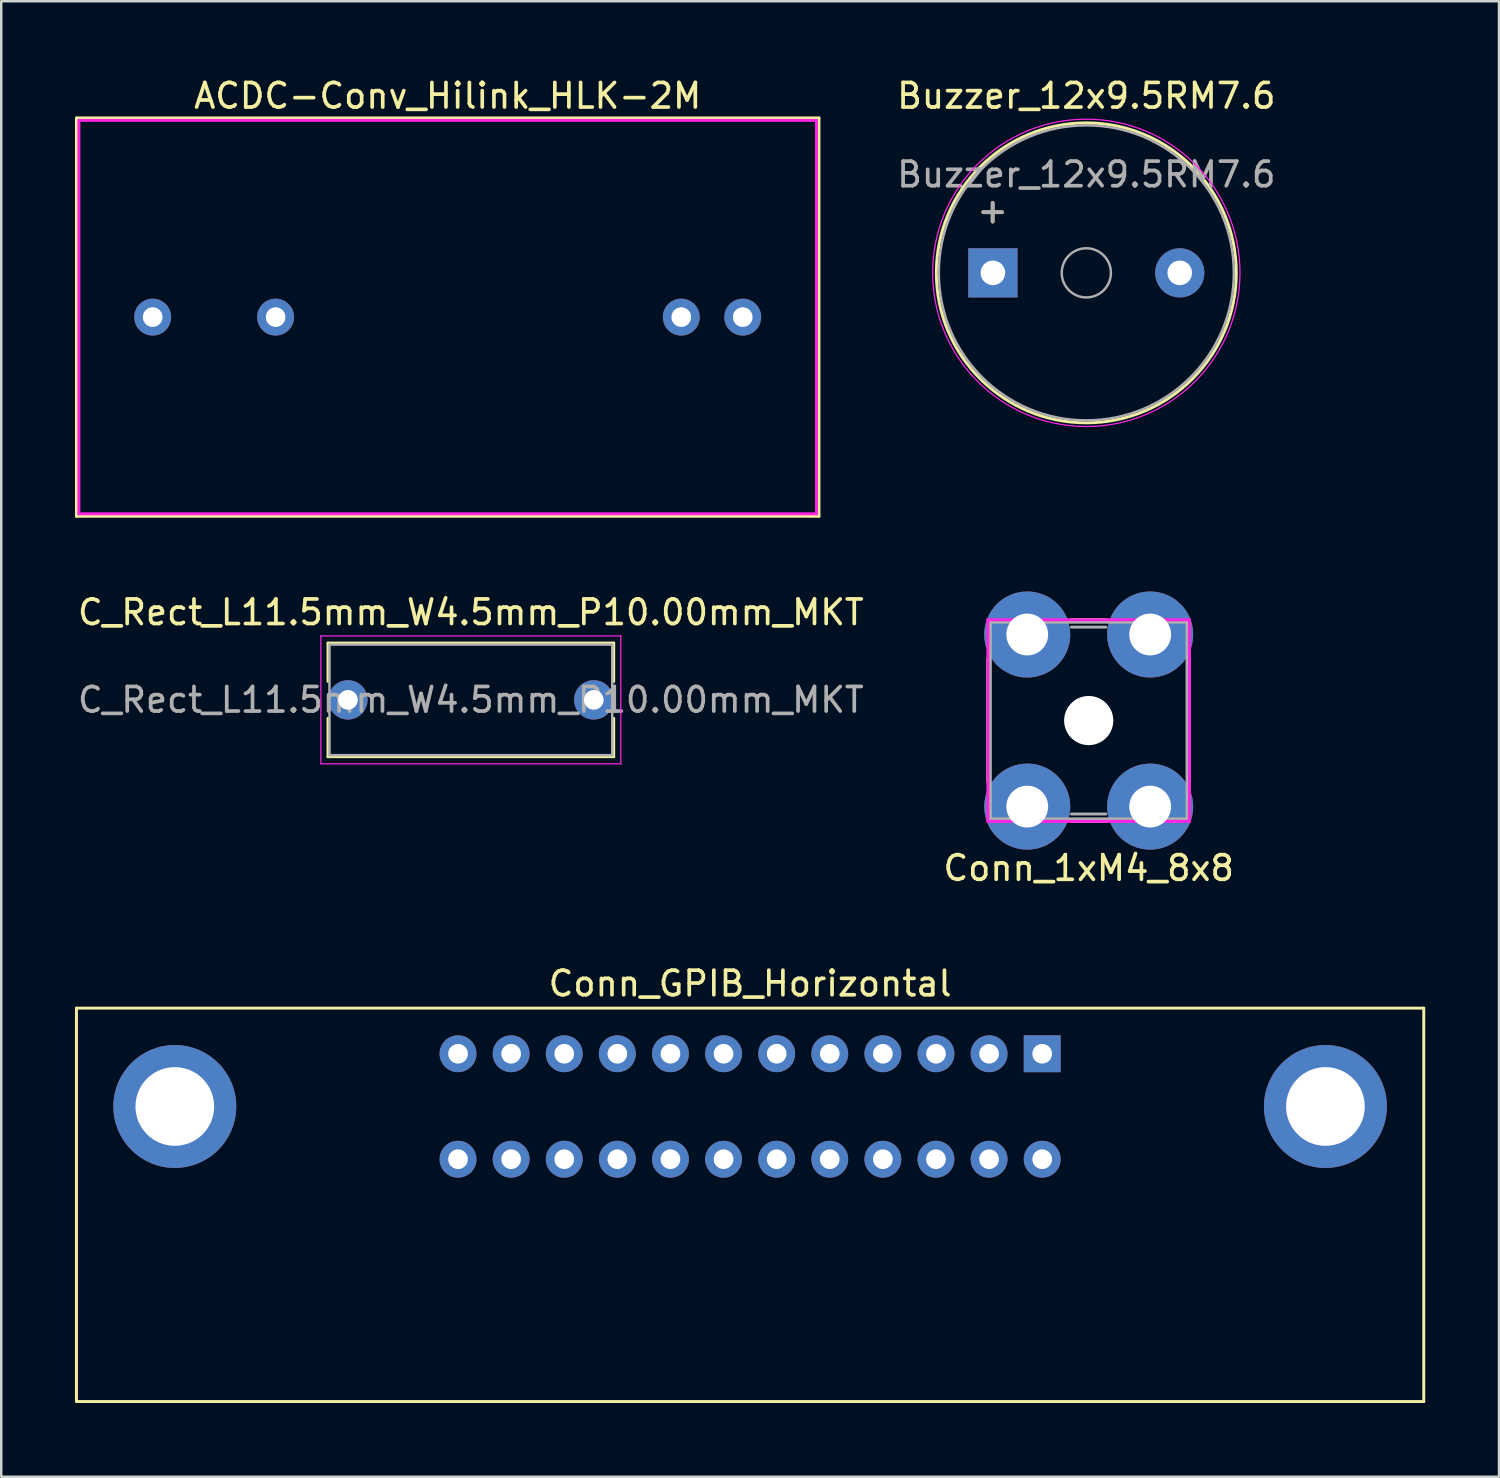
<source format=kicad_pcb>
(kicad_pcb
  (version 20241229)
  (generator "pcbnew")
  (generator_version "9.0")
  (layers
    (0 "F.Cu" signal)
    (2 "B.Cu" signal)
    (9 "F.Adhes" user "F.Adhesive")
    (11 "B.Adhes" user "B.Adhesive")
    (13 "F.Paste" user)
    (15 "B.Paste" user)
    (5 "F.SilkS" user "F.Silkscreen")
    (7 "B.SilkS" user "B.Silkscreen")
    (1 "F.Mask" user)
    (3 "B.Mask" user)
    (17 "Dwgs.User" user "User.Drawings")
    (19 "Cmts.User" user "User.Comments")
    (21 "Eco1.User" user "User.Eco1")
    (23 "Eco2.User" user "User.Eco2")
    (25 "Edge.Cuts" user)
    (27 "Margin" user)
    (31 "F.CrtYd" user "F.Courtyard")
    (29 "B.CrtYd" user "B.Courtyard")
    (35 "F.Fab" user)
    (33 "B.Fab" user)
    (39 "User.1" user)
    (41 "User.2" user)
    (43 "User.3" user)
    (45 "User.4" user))
  (footprint "Conn_1xM4_8x8"
    (layer "F.Cu")
    (at 41.232 26.258)
    (property "Reference" "Conn_1xM4_8x8" (at 0 6 0) (layer "F.SilkS") (effects (font (size 1 1) (thickness 0.15))))
    (attr through_hole)
    (fp_line (start -4.1 2.5) (end -4.1 -2.5) (stroke (width 0.12) (type solid)) (layer "F.SilkS"))
    (fp_line (start -0.7 -4.1) (end 0.7 -4.1) (stroke (width 0.12) (type solid)) (layer "F.SilkS"))
    (fp_line (start -0.7 4.1) (end 0.7 4.1) (stroke (width 0.12) (type solid)) (layer "F.SilkS"))
    (fp_line (start 4.1 -2.5) (end 4.1 2.5) (stroke (width 0.12) (type solid)) (layer "F.SilkS"))
    (fp_line (start -4.1 -4.1) (end 4.1 -4.1) (stroke (width 0.12) (type solid)) (layer "F.CrtYd"))
    (fp_line (start -4.1 4.1) (end -4.1 -4.1) (stroke (width 0.12) (type solid)) (layer "F.CrtYd"))
    (fp_line (start 4.1 -4.1) (end 4.1 4.1) (stroke (width 0.12) (type solid)) (layer "F.CrtYd"))
    (fp_line (start 4.1 4.1) (end -4.1 4.1) (stroke (width 0.12) (type solid)) (layer "F.CrtYd"))
    (fp_line (start -4 -4) (end 4 -4) (stroke (width 0.12) (type solid)) (layer "F.Fab"))
    (fp_line (start -4 4) (end -4 -4) (stroke (width 0.12) (type solid)) (layer "F.Fab"))
    (fp_line (start -0.7 -3.8) (end 0.7 -3.8) (stroke (width 0.12) (type solid)) (layer "F.Fab"))
    (fp_line (start -0.7 3.8) (end 0.7 3.8) (stroke (width 0.12) (type solid)) (layer "F.Fab"))
    (fp_line (start 4 -4) (end 4 4) (stroke (width 0.12) (type solid)) (layer "F.Fab"))
    (fp_line (start 4 4) (end -4 4) (stroke (width 0.12) (type solid)) (layer "F.Fab"))
    (pad "" np_thru_hole circle (at 0 0) (size 2 2) (drill 2) (layers "*.Cu" "*.Mask"))
    (pad "1" thru_hole circle (at -2.5 -3.5) (size 3.5 3.5) (drill 1.7) (layers "*.Cu" "*.Mask"))
    (pad "1" thru_hole circle (at -2.5 3.5) (size 3.5 3.5) (drill 1.7) (layers "*.Cu" "*.Mask"))
    (pad "1" thru_hole circle (at 2.5 -3.5) (size 3.5 3.5) (drill 1.7) (layers "*.Cu" "*.Mask"))
    (pad "1" thru_hole circle (at 2.5 3.5) (size 3.5 3.5) (drill 1.7) (layers "*.Cu" "*.Mask")))
  (footprint "ACDC-Conv_Hilink_HLK-2M"
    (layer "F.Cu")
    (at 15.16 9.848)
    (property "Reference" "ACDC-Conv_Hilink_HLK-2M" (at 0 -9 0) (layer "F.SilkS") (effects (font (size 1 1) (thickness 0.15))))
    (attr through_hole)
    (fp_line (start -15.1 -8.1) (end 15.1 -8.1) (stroke (width 0.12) (type solid)) (layer "F.SilkS"))
    (fp_line (start -15.1 8.1) (end -15.1 -8.1) (stroke (width 0.12) (type solid)) (layer "F.SilkS"))
    (fp_line (start 15.1 -8.1) (end 15.1 8.1) (stroke (width 0.12) (type solid)) (layer "F.SilkS"))
    (fp_line (start 15.1 8.1) (end -15.1 8.1) (stroke (width 0.12) (type solid)) (layer "F.SilkS"))
    (fp_line (start -15 -8) (end -15 8) (stroke (width 0.12) (type solid)) (layer "F.CrtYd"))
    (fp_line (start -15 -8) (end 15 -8) (stroke (width 0.12) (type solid)) (layer "F.CrtYd"))
    (fp_line (start 15 -8) (end 15 8) (stroke (width 0.12) (type solid)) (layer "F.CrtYd"))
    (fp_line (start 15 8) (end -15 8) (stroke (width 0.12) (type solid)) (layer "F.CrtYd"))
    (pad "1" thru_hole circle (at -12 0) (size 1.5 1.5) (drill 0.8) (layers "*.Cu" "*.Mask"))
    (pad "2" thru_hole circle (at -7 0) (size 1.5 1.5) (drill 0.8) (layers "*.Cu" "*.Mask"))
    (pad "3" thru_hole circle (at 9.5 0) (size 1.5 1.5) (drill 0.8) (layers "*.Cu" "*.Mask"))
    (pad "4" thru_hole circle (at 12 0) (size 1.5 1.5) (drill 0.8) (layers "*.Cu" "*.Mask")))
  (footprint "Buzzer_12x9.5RM7.6"
    (layer "F.Cu")
    (at 37.335 8.048)
    (property "Reference" "Buzzer_12x9.5RM7.6" (at 3.8 -7.2 0) (layer "F.SilkS") (effects (font (size 1 1) (thickness 0.15))))
    (attr through_hole)
    (fp_circle (center 3.8 0) (end 9.9 0) (stroke (width 0.12) (type solid)) (fill no) (layer "F.SilkS"))
    (fp_circle (center 3.8 0) (end 10.05 0) (stroke (width 0.05) (type solid)) (fill no) (layer "F.CrtYd"))
    (fp_circle (center 3.8 0) (end 4.8 0) (stroke (width 0.1) (type solid)) (fill no) (layer "F.Fab"))
    (fp_circle (center 3.8 0) (end 9.8 0) (stroke (width 0.1) (type solid)) (fill no) (layer "F.Fab"))
    (fp_text user "+" (at -0.01 -2.54 0) (layer "F.SilkS") (effects (font (size 1 1) (thickness 0.15))))
    (fp_text user "+" (at -0.01 -2.54 0) (layer "F.Fab") (effects (font (size 1 1) (thickness 0.15))))
    (fp_text user "${REFERENCE}" (at 3.8 -4 0) (layer "F.Fab") (effects (font (size 1 1) (thickness 0.15))))
    (pad "1" thru_hole rect (at 0 0) (size 2 2) (drill 1) (layers "*.Cu" "*.Mask"))
    (pad "2" thru_hole circle (at 7.6 0) (size 2 2) (drill 1) (layers "*.Cu" "*.Mask")))
  (footprint "Conn_GPIB_Horizontal"
    (layer "F.Cu")
    (at 27.46 41.955)
    (property "Reference" "Conn_GPIB_Horizontal" (at 0 -5 0) (layer "F.SilkS") (effects (font (size 1 1) (thickness 0.15))))
    (attr through_hole)
    (fp_line (start -27.4 -4) (end -27.4 12) (stroke (width 0.12) (type solid)) (layer "F.SilkS"))
    (fp_line (start -27.4 -4) (end 27.4 -4) (stroke (width 0.12) (type solid)) (layer "F.SilkS"))
    (fp_line (start -27.4 12) (end 27.4 12) (stroke (width 0.12) (type solid)) (layer "F.SilkS"))
    (fp_line (start 27.4 -4) (end 27.4 12) (stroke (width 0.12) (type solid)) (layer "F.SilkS"))
    (pad "1" thru_hole rect (at 11.88 -2.145) (size 1.5 1.5) (drill 0.8) (layers "*.Cu" "*.Mask"))
    (pad "2" thru_hole circle (at 9.72 -2.145) (size 1.5 1.5) (drill 0.8) (layers "*.Cu" "*.Mask"))
    (pad "3" thru_hole circle (at 7.56 -2.145) (size 1.5 1.5) (drill 0.8) (layers "*.Cu" "*.Mask"))
    (pad "4" thru_hole circle (at 5.4 -2.145) (size 1.5 1.5) (drill 0.8) (layers "*.Cu" "*.Mask"))
    (pad "5" thru_hole circle (at 3.24 -2.145) (size 1.5 1.5) (drill 0.8) (layers "*.Cu" "*.Mask"))
    (pad "6" thru_hole circle (at 1.08 -2.145) (size 1.5 1.5) (drill 0.8) (layers "*.Cu" "*.Mask"))
    (pad "7" thru_hole circle (at -1.08 -2.145) (size 1.5 1.5) (drill 0.8) (layers "*.Cu" "*.Mask"))
    (pad "8" thru_hole circle (at -3.24 -2.145) (size 1.5 1.5) (drill 0.8) (layers "*.Cu" "*.Mask"))
    (pad "9" thru_hole circle (at -5.4 -2.145) (size 1.5 1.5) (drill 0.8) (layers "*.Cu" "*.Mask"))
    (pad "10" thru_hole circle (at -7.56 -2.145) (size 1.5 1.5) (drill 0.8) (layers "*.Cu" "*.Mask"))
    (pad "11" thru_hole circle (at -9.72 -2.145) (size 1.5 1.5) (drill 0.8) (layers "*.Cu" "*.Mask"))
    (pad "12" thru_hole circle (at -11.88 -2.145) (size 1.5 1.5) (drill 0.8) (layers "*.Cu" "*.Mask"))
    (pad "13" thru_hole circle (at 11.88 2.145) (size 1.5 1.5) (drill 0.8) (layers "*.Cu" "*.Mask"))
    (pad "14" thru_hole circle (at 9.72 2.145) (size 1.5 1.5) (drill 0.8) (layers "*.Cu" "*.Mask"))
    (pad "15" thru_hole circle (at 7.56 2.145) (size 1.5 1.5) (drill 0.8) (layers "*.Cu" "*.Mask"))
    (pad "16" thru_hole circle (at 5.4 2.145) (size 1.5 1.5) (drill 0.8) (layers "*.Cu" "*.Mask"))
    (pad "17" thru_hole circle (at 3.24 2.145) (size 1.5 1.5) (drill 0.8) (layers "*.Cu" "*.Mask"))
    (pad "18" thru_hole circle (at 1.08 2.145) (size 1.5 1.5) (drill 0.8) (layers "*.Cu" "*.Mask"))
    (pad "19" thru_hole circle (at -1.08 2.145) (size 1.5 1.5) (drill 0.8) (layers "*.Cu" "*.Mask"))
    (pad "20" thru_hole circle (at -3.24 2.145) (size 1.5 1.5) (drill 0.8) (layers "*.Cu" "*.Mask"))
    (pad "21" thru_hole circle (at -5.4 2.145) (size 1.5 1.5) (drill 0.8) (layers "*.Cu" "*.Mask"))
    (pad "22" thru_hole circle (at -7.56 2.145) (size 1.5 1.5) (drill 0.8) (layers "*.Cu" "*.Mask"))
    (pad "23" thru_hole circle (at -9.72 2.145) (size 1.5 1.5) (drill 0.8) (layers "*.Cu" "*.Mask"))
    (pad "24" thru_hole circle (at -11.88 2.145) (size 1.5 1.5) (drill 0.8) (layers "*.Cu" "*.Mask"))
    (pad "MP" thru_hole circle (at -23.4 0) (size 5 5) (drill 3.2) (layers "*.Cu" "*.Mask"))
    (pad "MP" thru_hole circle (at 23.4 0) (size 5 5) (drill 3.2) (layers "*.Cu" "*.Mask")))
  (footprint "C_Rect_L11.5mm_W4.5mm_P10.00mm_MKT"
    (layer "F.Cu")
    (at 11.101 25.416)
    (property "Reference" "C_Rect_L11.5mm_W4.5mm_P10.00mm_MKT" (at 5 -3.56 0) (layer "F.SilkS") (effects (font (size 1 1) (thickness 0.15))))
    (attr through_hole)
    (fp_line (start -0.81 -2.31) (end -0.81 -0.75) (stroke (width 0.12) (type solid)) (layer "F.SilkS"))
    (fp_line (start -0.81 -2.31) (end 10.81 -2.31) (stroke (width 0.12) (type solid)) (layer "F.SilkS"))
    (fp_line (start -0.81 0.75) (end -0.81 2.31) (stroke (width 0.12) (type solid)) (layer "F.SilkS"))
    (fp_line (start -0.81 2.31) (end 10.81 2.31) (stroke (width 0.12) (type solid)) (layer "F.SilkS"))
    (fp_line (start 10.81 -2.31) (end 10.81 -0.75) (stroke (width 0.12) (type solid)) (layer "F.SilkS"))
    (fp_line (start 10.81 0.75) (end 10.81 2.31) (stroke (width 0.12) (type solid)) (layer "F.SilkS"))
    (fp_line (start -1.1 -2.6) (end -1.1 2.6) (stroke (width 0.05) (type solid)) (layer "F.CrtYd"))
    (fp_line (start -1.1 2.6) (end 11.1 2.6) (stroke (width 0.05) (type solid)) (layer "F.CrtYd"))
    (fp_line (start 11.1 -2.6) (end -1.1 -2.6) (stroke (width 0.05) (type solid)) (layer "F.CrtYd"))
    (fp_line (start 11.1 2.6) (end 11.1 -2.6) (stroke (width 0.05) (type solid)) (layer "F.CrtYd"))
    (fp_line (start -0.75 -2.25) (end -0.75 2.25) (stroke (width 0.1) (type solid)) (layer "F.Fab"))
    (fp_line (start -0.75 2.25) (end 10.75 2.25) (stroke (width 0.1) (type solid)) (layer "F.Fab"))
    (fp_line (start 10.75 -2.25) (end -0.75 -2.25) (stroke (width 0.1) (type solid)) (layer "F.Fab"))
    (fp_line (start 10.75 2.25) (end 10.75 -2.25) (stroke (width 0.1) (type solid)) (layer "F.Fab"))
    (fp_text user "${REFERENCE}" (at 5 0 0) (layer "F.Fab") (effects (font (size 1 1) (thickness 0.15))))
    (pad "1" thru_hole circle (at 0 0) (size 1.6 1.6) (drill 0.8) (layers "*.Cu" "*.Mask"))
    (pad "2" thru_hole circle (at 10 0) (size 1.6 1.6) (drill 0.8) (layers "*.Cu" "*.Mask")))
  (gr_rect
    (start -3 -3)
    (end 57.92 57.015)
    (stroke (width 0.1) (type default))
    (fill no)
    (layer "Edge.Cuts")))
</source>
